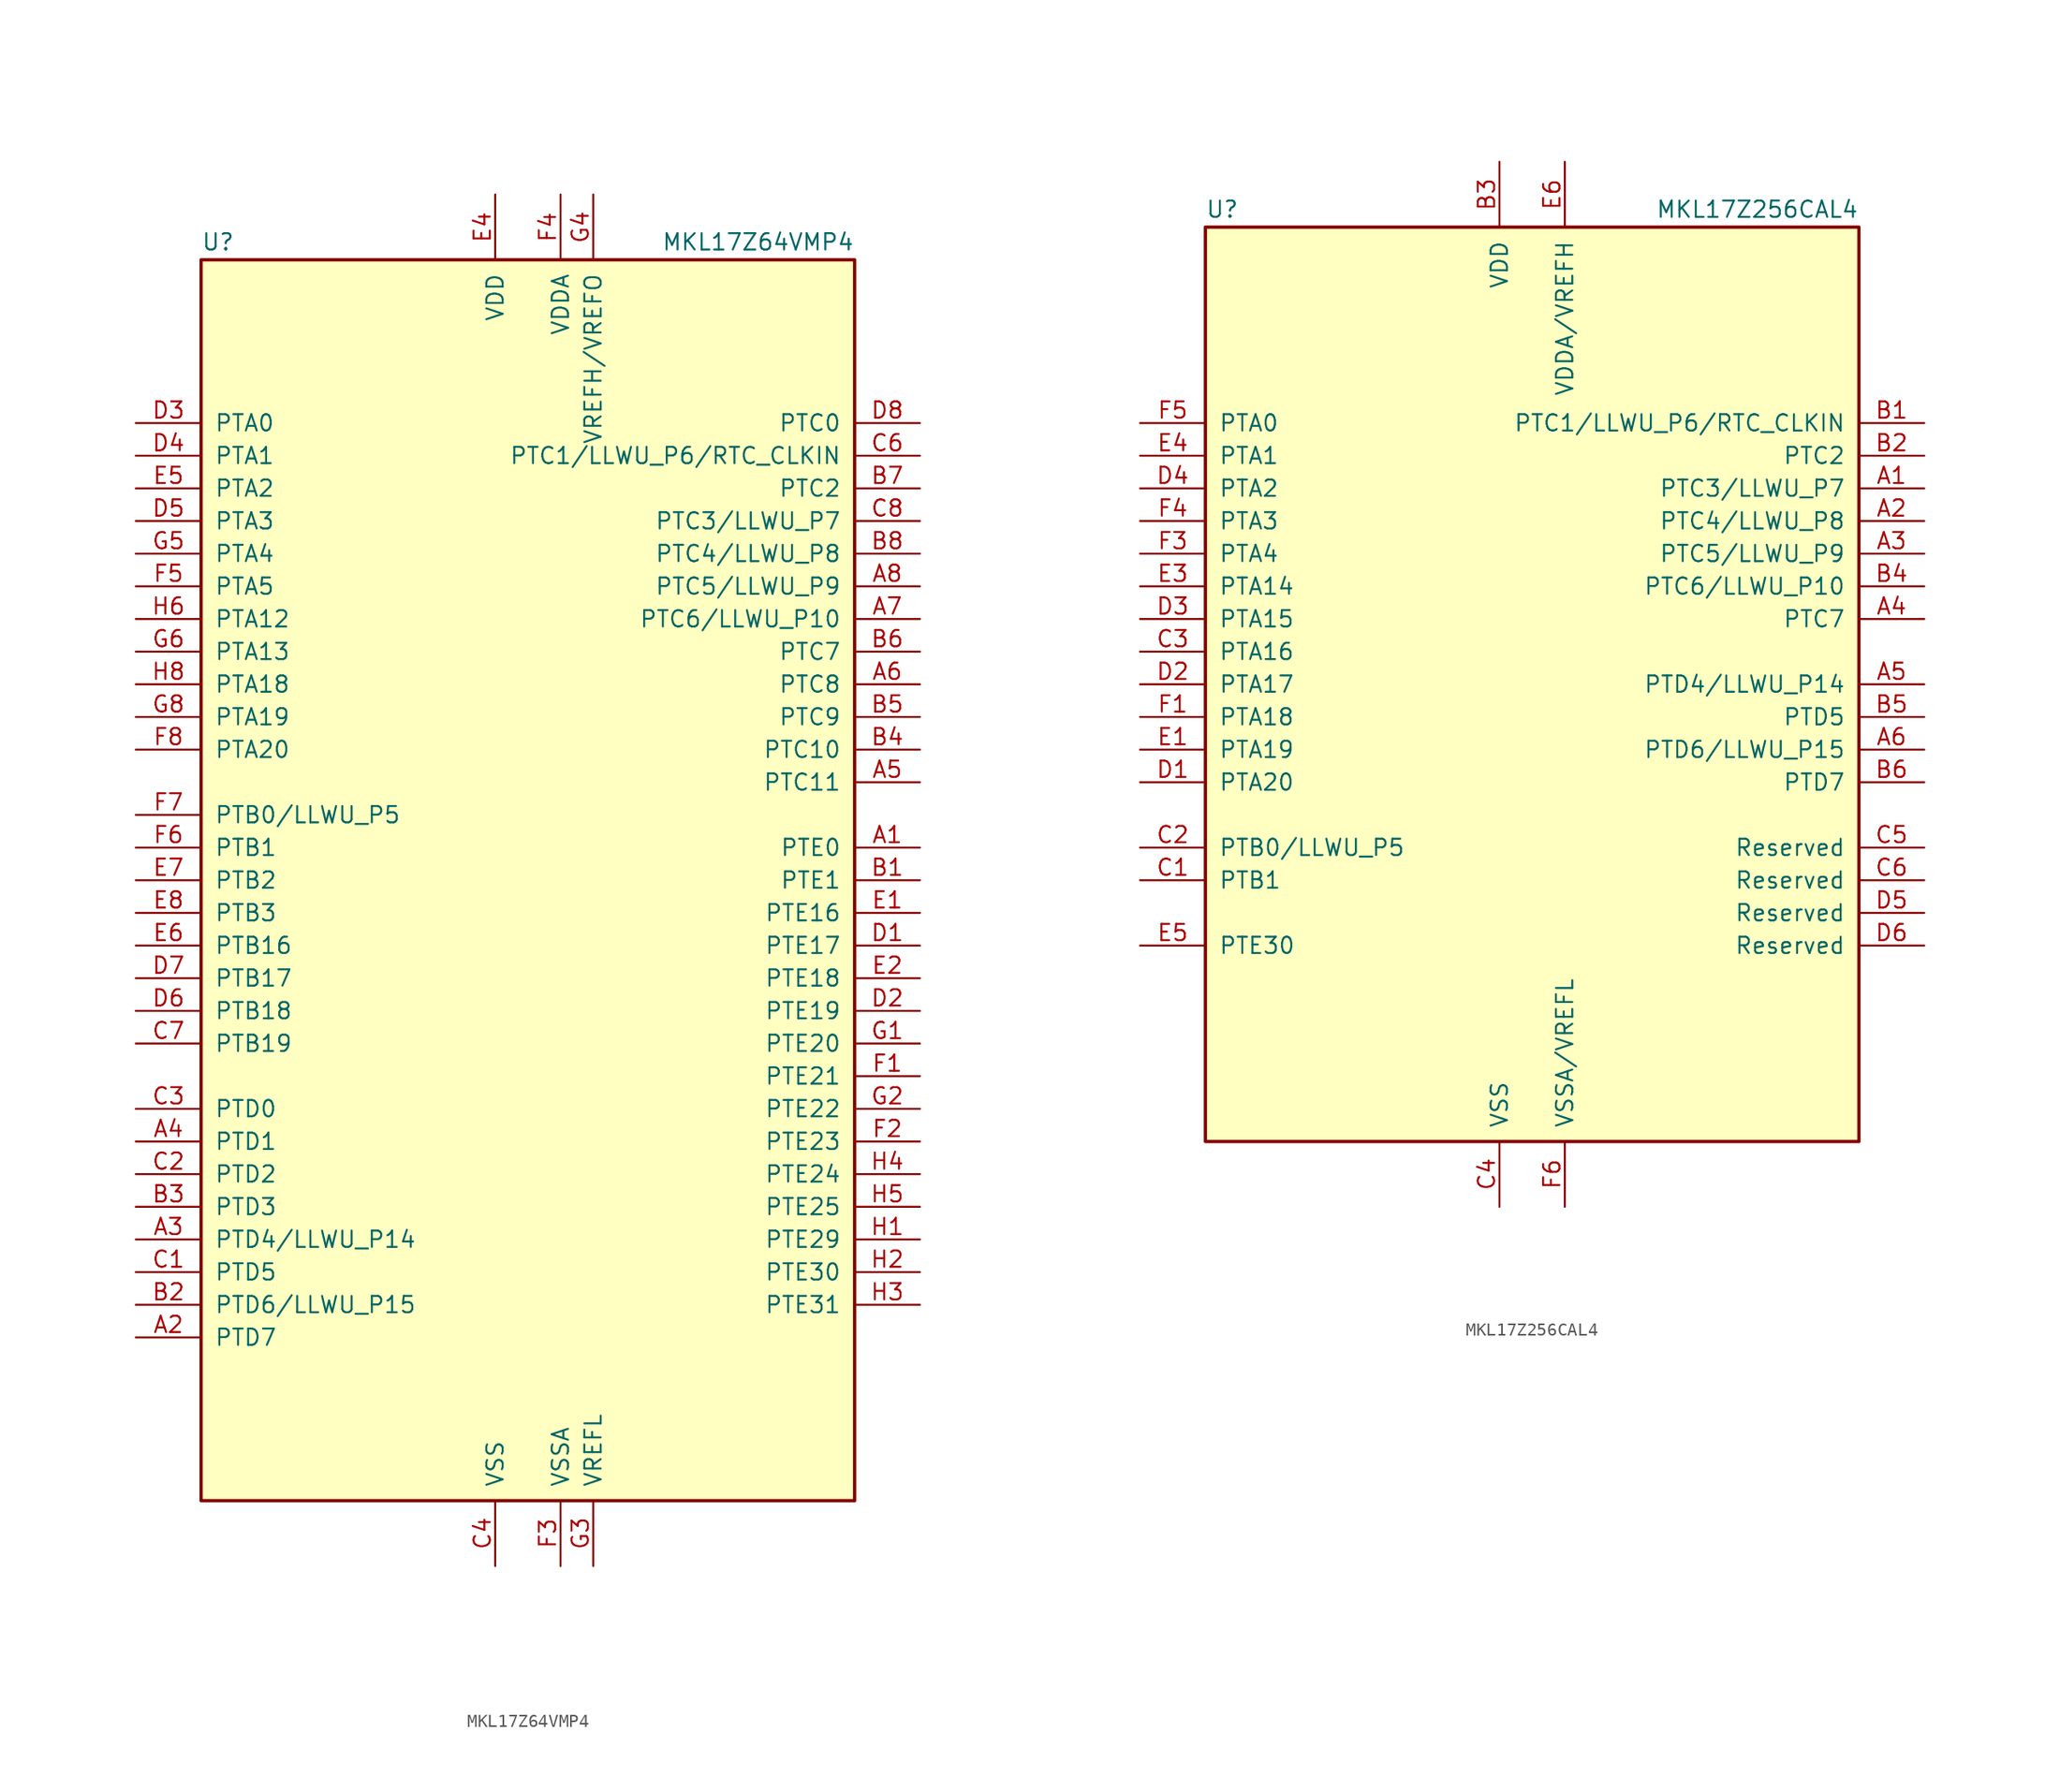
<source format=kicad_sym>
(kicad_symbol_lib
  (version 20211014)
  (generator kicad_symbol_editor)
  (symbol "MKL17Z64VMP4"
    (pin_names
      (offset 1.016))
    (property "Reference" "U"
      (at -25.4 48.895 0)
      (effects (font (size 1.27 1.27)) (justify left bottom)))
    (property "Value" "MKL17Z64VMP4"
      (at 25.4 48.895 0)
      (effects (font (size 1.27 1.27)) (justify right bottom)))
    (symbol "MKL17Z64VMP4_0_1"
      (rectangle (start -25.4 48.26) (end 25.4 -48.26) (stroke (width 0.254) (type default) (color 0 0 0 0)) (fill (type background))))
    (symbol "MKL17Z64VMP4_1_1"
      (pin bidirectional line (at 30.48 2.54 180) (length 5.08) (name "PTE0" (effects (font (size 1.27 1.27)))) (number "A1" (effects (font (size 1.27 1.27)))))
      (pin bidirectional line (at -30.48 -35.56 0) (length 5.08) (name "PTD7" (effects (font (size 1.27 1.27)))) (number "A2" (effects (font (size 1.27 1.27)))))
      (pin bidirectional line (at -30.48 -27.94 0) (length 5.08) (name "PTD4/LLWU_P14" (effects (font (size 1.27 1.27)))) (number "A3" (effects (font (size 1.27 1.27)))))
      (pin bidirectional line (at -30.48 -20.32 0) (length 5.08) (name "PTD1" (effects (font (size 1.27 1.27)))) (number "A4" (effects (font (size 1.27 1.27)))))
      (pin bidirectional line (at 30.48 7.62 180) (length 5.08) (name "PTC11" (effects (font (size 1.27 1.27)))) (number "A5" (effects (font (size 1.27 1.27)))))
      (pin bidirectional line (at 30.48 15.24 180) (length 5.08) (name "PTC8" (effects (font (size 1.27 1.27)))) (number "A6" (effects (font (size 1.27 1.27)))))
      (pin bidirectional line (at 30.48 20.32 180) (length 5.08) (name "PTC6/LLWU_P10" (effects (font (size 1.27 1.27)))) (number "A7" (effects (font (size 1.27 1.27)))))
      (pin bidirectional line (at 30.48 22.86 180) (length 5.08) (name "PTC5/LLWU_P9" (effects (font (size 1.27 1.27)))) (number "A8" (effects (font (size 1.27 1.27)))))
      (pin bidirectional line (at 30.48 0 180) (length 5.08) (name "PTE1" (effects (font (size 1.27 1.27)))) (number "B1" (effects (font (size 1.27 1.27)))))
      (pin bidirectional line (at -30.48 -33.02 0) (length 5.08) (name "PTD6/LLWU_P15" (effects (font (size 1.27 1.27)))) (number "B2" (effects (font (size 1.27 1.27)))))
      (pin bidirectional line (at -30.48 -25.4 0) (length 5.08) (name "PTD3" (effects (font (size 1.27 1.27)))) (number "B3" (effects (font (size 1.27 1.27)))))
      (pin bidirectional line (at 30.48 10.16 180) (length 5.08) (name "PTC10" (effects (font (size 1.27 1.27)))) (number "B4" (effects (font (size 1.27 1.27)))))
      (pin bidirectional line (at 30.48 12.7 180) (length 5.08) (name "PTC9" (effects (font (size 1.27 1.27)))) (number "B5" (effects (font (size 1.27 1.27)))))
      (pin bidirectional line (at 30.48 17.78 180) (length 5.08) (name "PTC7" (effects (font (size 1.27 1.27)))) (number "B6" (effects (font (size 1.27 1.27)))))
      (pin bidirectional line (at 30.48 30.48 180) (length 5.08) (name "PTC2" (effects (font (size 1.27 1.27)))) (number "B7" (effects (font (size 1.27 1.27)))))
      (pin bidirectional line (at 30.48 25.4 180) (length 5.08) (name "PTC4/LLWU_P8" (effects (font (size 1.27 1.27)))) (number "B8" (effects (font (size 1.27 1.27)))))
      (pin bidirectional line (at -30.48 -30.48 0) (length 5.08) (name "PTD5" (effects (font (size 1.27 1.27)))) (number "C1" (effects (font (size 1.27 1.27)))))
      (pin bidirectional line (at -30.48 -22.86 0) (length 5.08) (name "PTD2" (effects (font (size 1.27 1.27)))) (number "C2" (effects (font (size 1.27 1.27)))))
      (pin bidirectional line (at -30.48 -17.78 0) (length 5.08) (name "PTD0" (effects (font (size 1.27 1.27)))) (number "C3" (effects (font (size 1.27 1.27)))))
      (pin power_in line (at -2.54 -53.34 90) (length 5.08) (name "VSS" (effects (font (size 1.27 1.27)))) (number "C4" (effects (font (size 1.27 1.27)))))
      (pin no_connect line (at -15.24 -53.34 90) (length 5.08) hide (name "NC" (effects (font (size 1.27 1.27)))) (number "C5" (effects (font (size 1.27 1.27)))))
      (pin bidirectional line (at 30.48 33.02 180) (length 5.08) (name "PTC1/LLWU_P6/RTC_CLKIN" (effects (font (size 1.27 1.27)))) (number "C6" (effects (font (size 1.27 1.27)))))
      (pin bidirectional line (at -30.48 -12.7 0) (length 5.08) (name "PTB19" (effects (font (size 1.27 1.27)))) (number "C7" (effects (font (size 1.27 1.27)))))
      (pin bidirectional line (at 30.48 27.94 180) (length 5.08) (name "PTC3/LLWU_P7" (effects (font (size 1.27 1.27)))) (number "C8" (effects (font (size 1.27 1.27)))))
      (pin bidirectional line (at 30.48 -5.08 180) (length 5.08) (name "PTE17" (effects (font (size 1.27 1.27)))) (number "D1" (effects (font (size 1.27 1.27)))))
      (pin bidirectional line (at 30.48 -10.16 180) (length 5.08) (name "PTE19" (effects (font (size 1.27 1.27)))) (number "D2" (effects (font (size 1.27 1.27)))))
      (pin bidirectional line (at -30.48 35.56 0) (length 5.08) (name "PTA0" (effects (font (size 1.27 1.27)))) (number "D3" (effects (font (size 1.27 1.27)))))
      (pin bidirectional line (at -30.48 33.02 0) (length 5.08) (name "PTA1" (effects (font (size 1.27 1.27)))) (number "D4" (effects (font (size 1.27 1.27)))))
      (pin bidirectional line (at -30.48 27.94 0) (length 5.08) (name "PTA3" (effects (font (size 1.27 1.27)))) (number "D5" (effects (font (size 1.27 1.27)))))
      (pin bidirectional line (at -30.48 -10.16 0) (length 5.08) (name "PTB18" (effects (font (size 1.27 1.27)))) (number "D6" (effects (font (size 1.27 1.27)))))
      (pin bidirectional line (at -30.48 -7.62 0) (length 5.08) (name "PTB17" (effects (font (size 1.27 1.27)))) (number "D7" (effects (font (size 1.27 1.27)))))
      (pin bidirectional line (at 30.48 35.56 180) (length 5.08) (name "PTC0" (effects (font (size 1.27 1.27)))) (number "D8" (effects (font (size 1.27 1.27)))))
      (pin bidirectional line (at 30.48 -2.54 180) (length 5.08) (name "PTE16" (effects (font (size 1.27 1.27)))) (number "E1" (effects (font (size 1.27 1.27)))))
      (pin bidirectional line (at 30.48 -7.62 180) (length 5.08) (name "PTE18" (effects (font (size 1.27 1.27)))) (number "E2" (effects (font (size 1.27 1.27)))))
      (pin passive line (at -2.54 -53.34 90) (length 5.08) hide (name "VSS" (effects (font (size 1.27 1.27)))) (number "E3" (effects (font (size 1.27 1.27)))))
      (pin power_in line (at -2.54 53.34 270) (length 5.08) (name "VDD" (effects (font (size 1.27 1.27)))) (number "E4" (effects (font (size 1.27 1.27)))))
      (pin bidirectional line (at -30.48 30.48 0) (length 5.08) (name "PTA2" (effects (font (size 1.27 1.27)))) (number "E5" (effects (font (size 1.27 1.27)))))
      (pin bidirectional line (at -30.48 -5.08 0) (length 5.08) (name "PTB16" (effects (font (size 1.27 1.27)))) (number "E6" (effects (font (size 1.27 1.27)))))
      (pin bidirectional line (at -30.48 0 0) (length 5.08) (name "PTB2" (effects (font (size 1.27 1.27)))) (number "E7" (effects (font (size 1.27 1.27)))))
      (pin bidirectional line (at -30.48 -2.54 0) (length 5.08) (name "PTB3" (effects (font (size 1.27 1.27)))) (number "E8" (effects (font (size 1.27 1.27)))))
      (pin bidirectional line (at 30.48 -15.24 180) (length 5.08) (name "PTE21" (effects (font (size 1.27 1.27)))) (number "F1" (effects (font (size 1.27 1.27)))))
      (pin bidirectional line (at 30.48 -20.32 180) (length 5.08) (name "PTE23" (effects (font (size 1.27 1.27)))) (number "F2" (effects (font (size 1.27 1.27)))))
      (pin power_in line (at 2.54 -53.34 90) (length 5.08) (name "VSSA" (effects (font (size 1.27 1.27)))) (number "F3" (effects (font (size 1.27 1.27)))))
      (pin power_in line (at 2.54 53.34 270) (length 5.08) (name "VDDA" (effects (font (size 1.27 1.27)))) (number "F4" (effects (font (size 1.27 1.27)))))
      (pin bidirectional line (at -30.48 22.86 0) (length 5.08) (name "PTA5" (effects (font (size 1.27 1.27)))) (number "F5" (effects (font (size 1.27 1.27)))))
      (pin bidirectional line (at -30.48 2.54 0) (length 5.08) (name "PTB1" (effects (font (size 1.27 1.27)))) (number "F6" (effects (font (size 1.27 1.27)))))
      (pin bidirectional line (at -30.48 5.08 0) (length 5.08) (name "PTB0/LLWU_P5" (effects (font (size 1.27 1.27)))) (number "F7" (effects (font (size 1.27 1.27)))))
      (pin bidirectional line (at -30.48 10.16 0) (length 5.08) (name "PTA20" (effects (font (size 1.27 1.27)))) (number "F8" (effects (font (size 1.27 1.27)))))
      (pin bidirectional line (at 30.48 -12.7 180) (length 5.08) (name "PTE20" (effects (font (size 1.27 1.27)))) (number "G1" (effects (font (size 1.27 1.27)))))
      (pin bidirectional line (at 30.48 -17.78 180) (length 5.08) (name "PTE22" (effects (font (size 1.27 1.27)))) (number "G2" (effects (font (size 1.27 1.27)))))
      (pin power_in line (at 5.08 -53.34 90) (length 5.08) (name "VREFL" (effects (font (size 1.27 1.27)))) (number "G3" (effects (font (size 1.27 1.27)))))
      (pin power_in line (at 5.08 53.34 270) (length 5.08) (name "VREFH/VREFO" (effects (font (size 1.27 1.27)))) (number "G4" (effects (font (size 1.27 1.27)))))
      (pin bidirectional line (at -30.48 25.4 0) (length 5.08) (name "PTA4" (effects (font (size 1.27 1.27)))) (number "G5" (effects (font (size 1.27 1.27)))))
      (pin bidirectional line (at -30.48 17.78 0) (length 5.08) (name "PTA13" (effects (font (size 1.27 1.27)))) (number "G6" (effects (font (size 1.27 1.27)))))
      (pin passive line (at -2.54 53.34 270) (length 5.08) hide (name "VDD" (effects (font (size 1.27 1.27)))) (number "G7" (effects (font (size 1.27 1.27)))))
      (pin bidirectional line (at -30.48 12.7 0) (length 5.08) (name "PTA19" (effects (font (size 1.27 1.27)))) (number "G8" (effects (font (size 1.27 1.27)))))
      (pin bidirectional line (at 30.48 -27.94 180) (length 5.08) (name "PTE29" (effects (font (size 1.27 1.27)))) (number "H1" (effects (font (size 1.27 1.27)))))
      (pin bidirectional line (at 30.48 -30.48 180) (length 5.08) (name "PTE30" (effects (font (size 1.27 1.27)))) (number "H2" (effects (font (size 1.27 1.27)))))
      (pin bidirectional line (at 30.48 -33.02 180) (length 5.08) (name "PTE31" (effects (font (size 1.27 1.27)))) (number "H3" (effects (font (size 1.27 1.27)))))
      (pin bidirectional line (at 30.48 -22.86 180) (length 5.08) (name "PTE24" (effects (font (size 1.27 1.27)))) (number "H4" (effects (font (size 1.27 1.27)))))
      (pin bidirectional line (at 30.48 -25.4 180) (length 5.08) (name "PTE25" (effects (font (size 1.27 1.27)))) (number "H5" (effects (font (size 1.27 1.27)))))
      (pin bidirectional line (at -30.48 20.32 0) (length 5.08) (name "PTA12" (effects (font (size 1.27 1.27)))) (number "H6" (effects (font (size 1.27 1.27)))))
      (pin passive line (at -2.54 -53.34 90) (length 5.08) hide (name "VSS" (effects (font (size 1.27 1.27)))) (number "H7" (effects (font (size 1.27 1.27)))))
      (pin bidirectional line (at -30.48 15.24 0) (length 5.08) (name "PTA18" (effects (font (size 1.27 1.27)))) (number "H8" (effects (font (size 1.27 1.27)))))))
  (symbol "MKL17Z256CAL4"
    (pin_names
      (offset 1.016))
    (property "Reference" "U"
      (at -25.4 36.195 0)
      (effects (font (size 1.27 1.27)) (justify left bottom)))
    (property "Value" "MKL17Z256CAL4"
      (at 25.4 36.195 0)
      (effects (font (size 1.27 1.27)) (justify right bottom)))
    (symbol "MKL17Z256CAL4_0_1"
      (rectangle (start -25.4 35.56) (end 25.4 -35.56) (stroke (width 0.254) (type default) (color 0 0 0 0)) (fill (type background))))
    (symbol "MKL17Z256CAL4_1_1"
      (pin bidirectional line (at 30.48 15.24 180) (length 5.08) (name "PTC3/LLWU_P7" (effects (font (size 1.27 1.27)))) (number "A1" (effects (font (size 1.27 1.27)))))
      (pin bidirectional line (at 30.48 12.7 180) (length 5.08) (name "PTC4/LLWU_P8" (effects (font (size 1.27 1.27)))) (number "A2" (effects (font (size 1.27 1.27)))))
      (pin bidirectional line (at 30.48 10.16 180) (length 5.08) (name "PTC5/LLWU_P9" (effects (font (size 1.27 1.27)))) (number "A3" (effects (font (size 1.27 1.27)))))
      (pin bidirectional line (at 30.48 5.08 180) (length 5.08) (name "PTC7" (effects (font (size 1.27 1.27)))) (number "A4" (effects (font (size 1.27 1.27)))))
      (pin bidirectional line (at 30.48 0 180) (length 5.08) (name "PTD4/LLWU_P14" (effects (font (size 1.27 1.27)))) (number "A5" (effects (font (size 1.27 1.27)))))
      (pin bidirectional line (at 30.48 -5.08 180) (length 5.08) (name "PTD6/LLWU_P15" (effects (font (size 1.27 1.27)))) (number "A6" (effects (font (size 1.27 1.27)))))
      (pin bidirectional line (at 30.48 20.32 180) (length 5.08) (name "PTC1/LLWU_P6/RTC_CLKIN" (effects (font (size 1.27 1.27)))) (number "B1" (effects (font (size 1.27 1.27)))))
      (pin bidirectional line (at 30.48 17.78 180) (length 5.08) (name "PTC2" (effects (font (size 1.27 1.27)))) (number "B2" (effects (font (size 1.27 1.27)))))
      (pin power_in line (at -2.54 40.64 270) (length 5.08) (name "VDD" (effects (font (size 1.27 1.27)))) (number "B3" (effects (font (size 1.27 1.27)))))
      (pin bidirectional line (at 30.48 7.62 180) (length 5.08) (name "PTC6/LLWU_P10" (effects (font (size 1.27 1.27)))) (number "B4" (effects (font (size 1.27 1.27)))))
      (pin bidirectional line (at 30.48 -2.54 180) (length 5.08) (name "PTD5" (effects (font (size 1.27 1.27)))) (number "B5" (effects (font (size 1.27 1.27)))))
      (pin bidirectional line (at 30.48 -7.62 180) (length 5.08) (name "PTD7" (effects (font (size 1.27 1.27)))) (number "B6" (effects (font (size 1.27 1.27)))))
      (pin bidirectional line (at -30.48 -15.24 0) (length 5.08) (name "PTB1" (effects (font (size 1.27 1.27)))) (number "C1" (effects (font (size 1.27 1.27)))))
      (pin bidirectional line (at -30.48 -12.7 0) (length 5.08) (name "PTB0/LLWU_P5" (effects (font (size 1.27 1.27)))) (number "C2" (effects (font (size 1.27 1.27)))))
      (pin bidirectional line (at -30.48 2.54 0) (length 5.08) (name "PTA16" (effects (font (size 1.27 1.27)))) (number "C3" (effects (font (size 1.27 1.27)))))
      (pin power_in line (at -2.54 -40.64 90) (length 5.08) (name "VSS" (effects (font (size 1.27 1.27)))) (number "C4" (effects (font (size 1.27 1.27)))))
      (pin passive line (at 30.48 -12.7 180) (length 5.08) (name "Reserved" (effects (font (size 1.27 1.27)))) (number "C5" (effects (font (size 1.27 1.27)))))
      (pin passive line (at 30.48 -15.24 180) (length 5.08) (name "Reserved" (effects (font (size 1.27 1.27)))) (number "C6" (effects (font (size 1.27 1.27)))))
      (pin bidirectional line (at -30.48 -7.62 0) (length 5.08) (name "PTA20" (effects (font (size 1.27 1.27)))) (number "D1" (effects (font (size 1.27 1.27)))))
      (pin bidirectional line (at -30.48 0 0) (length 5.08) (name "PTA17" (effects (font (size 1.27 1.27)))) (number "D2" (effects (font (size 1.27 1.27)))))
      (pin bidirectional line (at -30.48 5.08 0) (length 5.08) (name "PTA15" (effects (font (size 1.27 1.27)))) (number "D3" (effects (font (size 1.27 1.27)))))
      (pin bidirectional line (at -30.48 15.24 0) (length 5.08) (name "PTA2" (effects (font (size 1.27 1.27)))) (number "D4" (effects (font (size 1.27 1.27)))))
      (pin passive line (at 30.48 -17.78 180) (length 5.08) (name "Reserved" (effects (font (size 1.27 1.27)))) (number "D5" (effects (font (size 1.27 1.27)))))
      (pin passive line (at 30.48 -20.32 180) (length 5.08) (name "Reserved" (effects (font (size 1.27 1.27)))) (number "D6" (effects (font (size 1.27 1.27)))))
      (pin bidirectional line (at -30.48 -5.08 0) (length 5.08) (name "PTA19" (effects (font (size 1.27 1.27)))) (number "E1" (effects (font (size 1.27 1.27)))))
      (pin passive line (at -2.54 40.64 270) (length 5.08) hide (name "VDD" (effects (font (size 1.27 1.27)))) (number "E2" (effects (font (size 1.27 1.27)))))
      (pin bidirectional line (at -30.48 7.62 0) (length 5.08) (name "PTA14" (effects (font (size 1.27 1.27)))) (number "E3" (effects (font (size 1.27 1.27)))))
      (pin bidirectional line (at -30.48 17.78 0) (length 5.08) (name "PTA1" (effects (font (size 1.27 1.27)))) (number "E4" (effects (font (size 1.27 1.27)))))
      (pin bidirectional line (at -30.48 -20.32 0) (length 5.08) (name "PTE30" (effects (font (size 1.27 1.27)))) (number "E5" (effects (font (size 1.27 1.27)))))
      (pin power_in line (at 2.54 40.64 270) (length 5.08) (name "VDDA/VREFH" (effects (font (size 1.27 1.27)))) (number "E6" (effects (font (size 1.27 1.27)))))
      (pin bidirectional line (at -30.48 -2.54 0) (length 5.08) (name "PTA18" (effects (font (size 1.27 1.27)))) (number "F1" (effects (font (size 1.27 1.27)))))
      (pin passive line (at -2.54 -40.64 90) (length 5.08) hide (name "VSS" (effects (font (size 1.27 1.27)))) (number "F2" (effects (font (size 1.27 1.27)))))
      (pin bidirectional line (at -30.48 10.16 0) (length 5.08) (name "PTA4" (effects (font (size 1.27 1.27)))) (number "F3" (effects (font (size 1.27 1.27)))))
      (pin bidirectional line (at -30.48 12.7 0) (length 5.08) (name "PTA3" (effects (font (size 1.27 1.27)))) (number "F4" (effects (font (size 1.27 1.27)))))
      (pin bidirectional line (at -30.48 20.32 0) (length 5.08) (name "PTA0" (effects (font (size 1.27 1.27)))) (number "F5" (effects (font (size 1.27 1.27)))))
      (pin power_in line (at 2.54 -40.64 90) (length 5.08) (name "VSSA/VREFL" (effects (font (size 1.27 1.27)))) (number "F6" (effects (font (size 1.27 1.27))))))))
</source>
